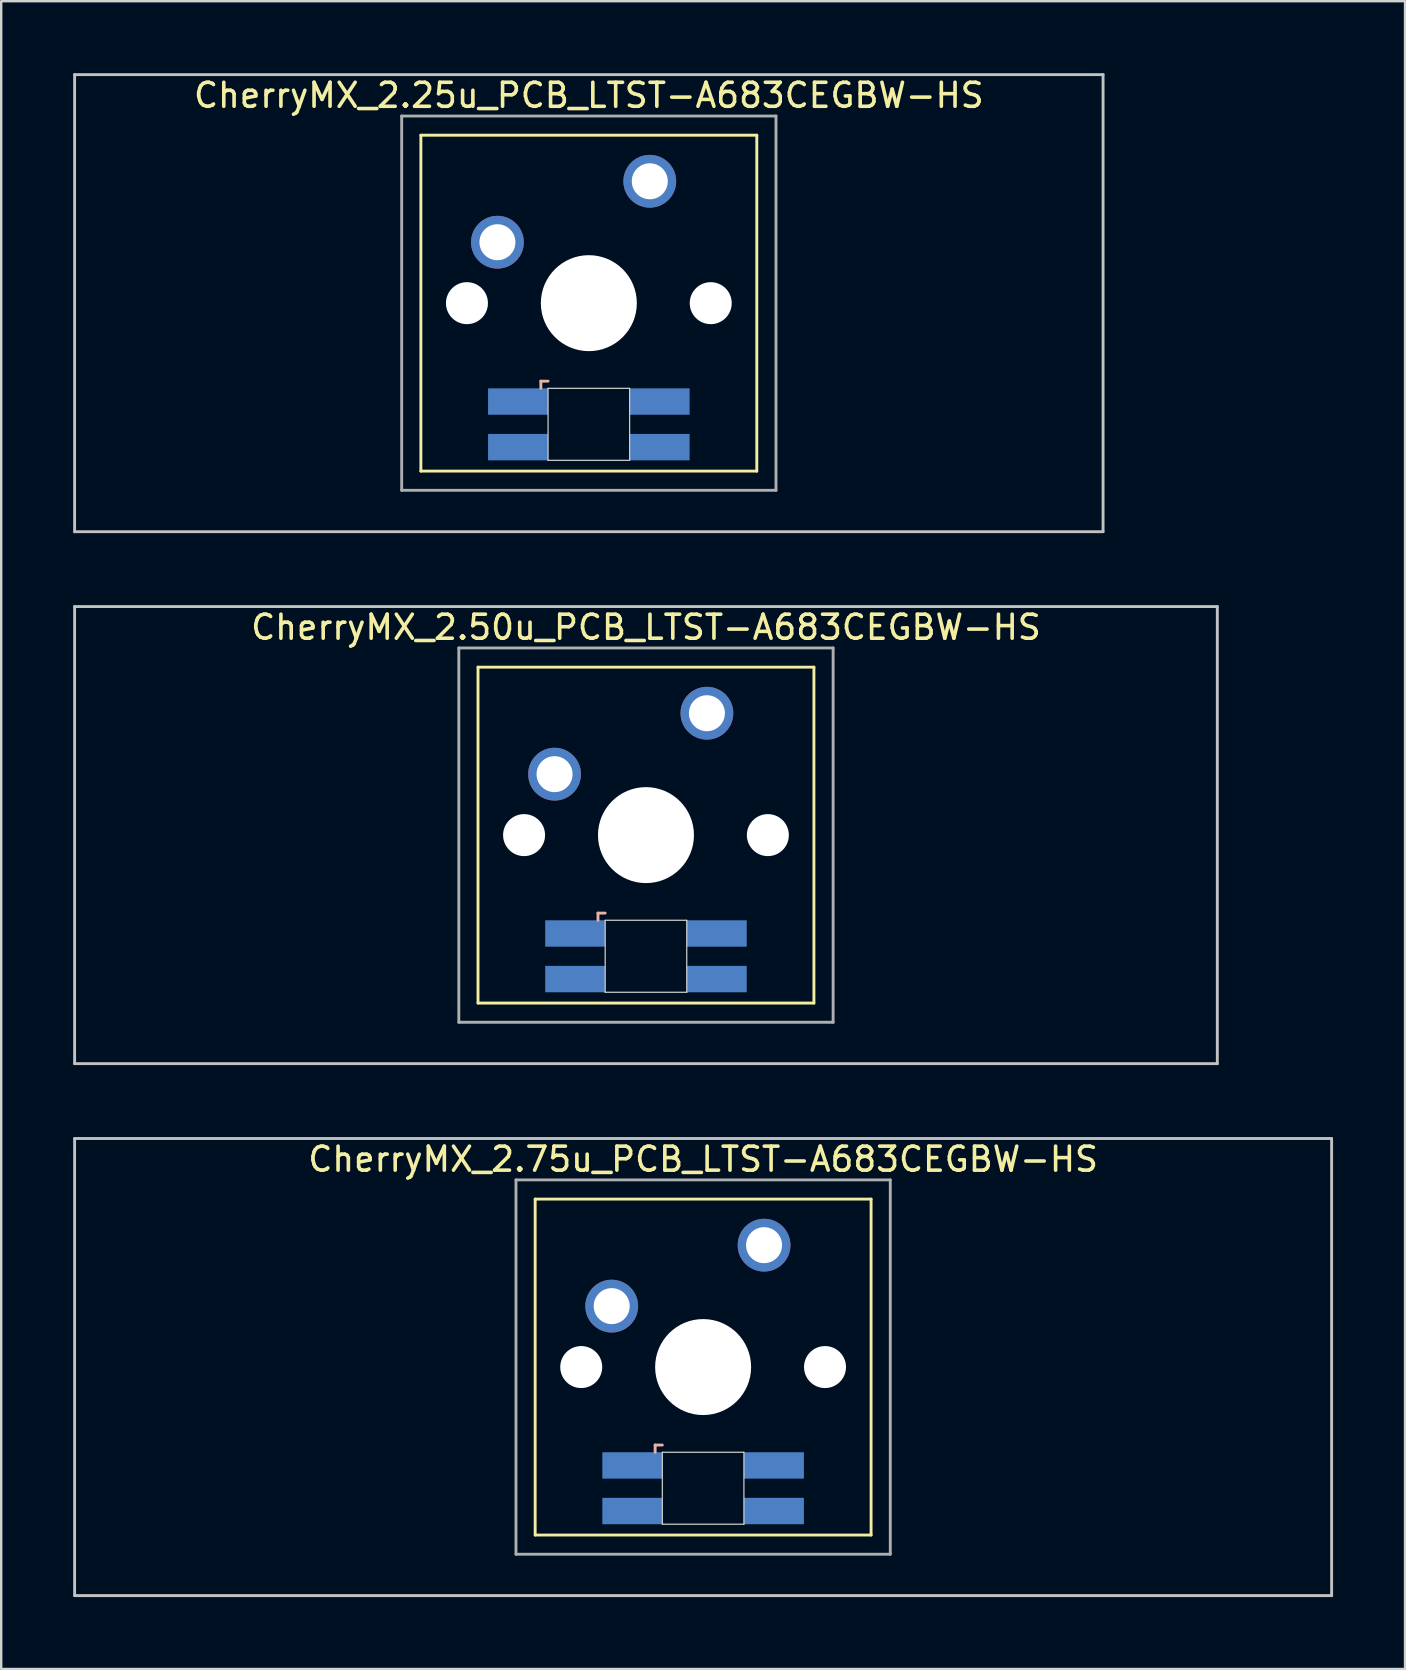
<source format=kicad_pcb>
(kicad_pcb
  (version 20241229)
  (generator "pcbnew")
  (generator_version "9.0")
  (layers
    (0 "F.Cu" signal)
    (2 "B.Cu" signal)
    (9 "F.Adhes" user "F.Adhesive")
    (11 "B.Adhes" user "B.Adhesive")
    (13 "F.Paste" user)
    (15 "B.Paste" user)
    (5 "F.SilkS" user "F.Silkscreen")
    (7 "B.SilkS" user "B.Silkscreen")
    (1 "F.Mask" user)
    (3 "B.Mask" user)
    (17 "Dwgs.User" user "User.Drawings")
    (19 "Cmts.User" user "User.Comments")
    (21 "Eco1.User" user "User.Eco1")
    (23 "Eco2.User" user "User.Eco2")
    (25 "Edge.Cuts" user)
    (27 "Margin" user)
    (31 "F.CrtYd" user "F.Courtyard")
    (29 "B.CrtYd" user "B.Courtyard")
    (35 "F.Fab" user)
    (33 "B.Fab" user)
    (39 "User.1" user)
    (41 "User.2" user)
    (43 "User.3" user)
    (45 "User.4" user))
  (footprint "CherryMX_2.50u_PCB_LTST-A683CEGBW-HS"
    (layer "F.Cu")
    (at 23.872 31.755)
    (property "Reference" "CherryMX_2.50u_PCB_LTST-A683CEGBW-HS" (at 0 -8.662 0) (layer "F.SilkS") (effects (font (size 1 1) (thickness 0.15))))
    (attr through_hole)
    (fp_line (start -7 -7) (end -7 7) (stroke (width 0.12) (type solid)) (layer "F.SilkS"))
    (fp_line (start -7 -7) (end 7 -7) (stroke (width 0.12) (type solid)) (layer "F.SilkS"))
    (fp_line (start 7 -7) (end 7 7) (stroke (width 0.12) (type solid)) (layer "F.SilkS"))
    (fp_line (start 7 7) (end -7 7) (stroke (width 0.12) (type solid)) (layer "F.SilkS"))
    (fp_line (start -2 3.25) (end -2 3.55) (stroke (width 0.12) (type solid)) (layer "B.SilkS"))
    (fp_line (start -1.7 3.25) (end -2 3.25) (stroke (width 0.12) (type solid)) (layer "B.SilkS"))
    (fp_line (start -23.812 -9.525) (end 23.812 -9.525) (stroke (width 0.12) (type solid)) (layer "Dwgs.User"))
    (fp_line (start -23.812 9.525) (end -23.812 -9.525) (stroke (width 0.12) (type solid)) (layer "Dwgs.User"))
    (fp_line (start 23.812 -9.525) (end 23.812 9.525) (stroke (width 0.12) (type solid)) (layer "Dwgs.User"))
    (fp_line (start 23.812 9.525) (end -23.812 9.525) (stroke (width 0.12) (type solid)) (layer "Dwgs.User"))
    (fp_line (start -1.7 3.55) (end 1.7 3.55) (stroke (width 0.05) (type solid)) (layer "Edge.Cuts"))
    (fp_line (start -1.7 6.55) (end -1.7 3.55) (stroke (width 0.05) (type solid)) (layer "Edge.Cuts"))
    (fp_line (start 1.7 3.55) (end 1.7 6.55) (stroke (width 0.05) (type solid)) (layer "Edge.Cuts"))
    (fp_line (start 1.7 6.55) (end -1.7 6.55) (stroke (width 0.05) (type solid)) (layer "Edge.Cuts"))
    (fp_line (start -7.8 -7.8) (end -7.8 7.8) (stroke (width 0.12) (type solid)) (layer "F.Fab"))
    (fp_line (start -7.8 -7.8) (end 7.8 -7.8) (stroke (width 0.12) (type solid)) (layer "F.Fab"))
    (fp_line (start -7.8 7.8) (end 7.8 7.8) (stroke (width 0.12) (type solid)) (layer "F.Fab"))
    (fp_line (start 7.8 -7.8) (end 7.8 7.8) (stroke (width 0.12) (type solid)) (layer "F.Fab"))
    (pad "" np_thru_hole circle (at -5.08 0) (size 1.75 1.75) (drill 1.75) (layers "*.Cu" "*.Mask"))
    (pad "" np_thru_hole circle (at 0 0) (size 4 4) (drill 4) (layers "*.Cu" "*.Mask"))
    (pad "" np_thru_hole circle (at 5.08 0) (size 1.75 1.75) (drill 1.75) (layers "*.Cu" "*.Mask"))
    (pad "1" thru_hole circle (at -3.81 -2.54) (size 2.2 2.2) (drill 1.5) (layers "*.Cu" "*.Mask"))
    (pad "2" thru_hole circle (at 2.54 -5.08) (size 2.2 2.2) (drill 1.5) (layers "*.Cu" "*.Mask"))
    (pad "3" smd rect (at -2.95 4.1) (size 2.5 1.1) (layers "B.Cu" "B.Mask" "B.Paste"))
    (pad "4" smd rect (at -2.95 6) (size 2.5 1.1) (layers "B.Cu" "B.Mask" "B.Paste"))
    (pad "5" smd rect (at 2.95 4.1) (size 2.5 1.1) (layers "B.Cu" "B.Mask" "B.Paste"))
    (pad "6" smd rect (at 2.95 6) (size 2.5 1.1) (layers "B.Cu" "B.Mask" "B.Paste")))
  (footprint "CherryMX_2.25u_PCB_LTST-A683CEGBW-HS"
    (layer "F.Cu")
    (at 21.491 9.585)
    (property "Reference" "CherryMX_2.25u_PCB_LTST-A683CEGBW-HS" (at 0 -8.662 0) (layer "F.SilkS") (effects (font (size 1 1) (thickness 0.15))))
    (attr through_hole)
    (fp_line (start -7 -7) (end -7 7) (stroke (width 0.12) (type solid)) (layer "F.SilkS"))
    (fp_line (start -7 -7) (end 7 -7) (stroke (width 0.12) (type solid)) (layer "F.SilkS"))
    (fp_line (start 7 -7) (end 7 7) (stroke (width 0.12) (type solid)) (layer "F.SilkS"))
    (fp_line (start 7 7) (end -7 7) (stroke (width 0.12) (type solid)) (layer "F.SilkS"))
    (fp_line (start -2 3.25) (end -2 3.55) (stroke (width 0.12) (type solid)) (layer "B.SilkS"))
    (fp_line (start -1.7 3.25) (end -2 3.25) (stroke (width 0.12) (type solid)) (layer "B.SilkS"))
    (fp_line (start -21.431 -9.525) (end 21.431 -9.525) (stroke (width 0.12) (type solid)) (layer "Dwgs.User"))
    (fp_line (start -21.431 9.525) (end -21.431 -9.525) (stroke (width 0.12) (type solid)) (layer "Dwgs.User"))
    (fp_line (start 21.431 -9.525) (end 21.431 9.525) (stroke (width 0.12) (type solid)) (layer "Dwgs.User"))
    (fp_line (start 21.431 9.525) (end -21.431 9.525) (stroke (width 0.12) (type solid)) (layer "Dwgs.User"))
    (fp_line (start -1.7 3.55) (end 1.7 3.55) (stroke (width 0.05) (type solid)) (layer "Edge.Cuts"))
    (fp_line (start -1.7 6.55) (end -1.7 3.55) (stroke (width 0.05) (type solid)) (layer "Edge.Cuts"))
    (fp_line (start 1.7 3.55) (end 1.7 6.55) (stroke (width 0.05) (type solid)) (layer "Edge.Cuts"))
    (fp_line (start 1.7 6.55) (end -1.7 6.55) (stroke (width 0.05) (type solid)) (layer "Edge.Cuts"))
    (fp_line (start -7.8 -7.8) (end -7.8 7.8) (stroke (width 0.12) (type solid)) (layer "F.Fab"))
    (fp_line (start -7.8 -7.8) (end 7.8 -7.8) (stroke (width 0.12) (type solid)) (layer "F.Fab"))
    (fp_line (start -7.8 7.8) (end 7.8 7.8) (stroke (width 0.12) (type solid)) (layer "F.Fab"))
    (fp_line (start 7.8 -7.8) (end 7.8 7.8) (stroke (width 0.12) (type solid)) (layer "F.Fab"))
    (pad "" np_thru_hole circle (at -5.08 0) (size 1.75 1.75) (drill 1.75) (layers "*.Cu" "*.Mask"))
    (pad "" np_thru_hole circle (at 0 0) (size 4 4) (drill 4) (layers "*.Cu" "*.Mask"))
    (pad "" np_thru_hole circle (at 5.08 0) (size 1.75 1.75) (drill 1.75) (layers "*.Cu" "*.Mask"))
    (pad "1" thru_hole circle (at -3.81 -2.54) (size 2.2 2.2) (drill 1.5) (layers "*.Cu" "*.Mask"))
    (pad "2" thru_hole circle (at 2.54 -5.08) (size 2.2 2.2) (drill 1.5) (layers "*.Cu" "*.Mask"))
    (pad "3" smd rect (at -2.95 4.1) (size 2.5 1.1) (layers "B.Cu" "B.Mask" "B.Paste"))
    (pad "4" smd rect (at -2.95 6) (size 2.5 1.1) (layers "B.Cu" "B.Mask" "B.Paste"))
    (pad "5" smd rect (at 2.95 4.1) (size 2.5 1.1) (layers "B.Cu" "B.Mask" "B.Paste"))
    (pad "6" smd rect (at 2.95 6) (size 2.5 1.1) (layers "B.Cu" "B.Mask" "B.Paste")))
  (footprint "CherryMX_2.75u_PCB_LTST-A683CEGBW-HS"
    (layer "F.Cu")
    (at 26.254 53.925)
    (property "Reference" "CherryMX_2.75u_PCB_LTST-A683CEGBW-HS" (at 0 -8.662 0) (layer "F.SilkS") (effects (font (size 1 1) (thickness 0.15))))
    (attr through_hole)
    (fp_line (start -7 -7) (end -7 7) (stroke (width 0.12) (type solid)) (layer "F.SilkS"))
    (fp_line (start -7 -7) (end 7 -7) (stroke (width 0.12) (type solid)) (layer "F.SilkS"))
    (fp_line (start 7 -7) (end 7 7) (stroke (width 0.12) (type solid)) (layer "F.SilkS"))
    (fp_line (start 7 7) (end -7 7) (stroke (width 0.12) (type solid)) (layer "F.SilkS"))
    (fp_line (start -2 3.25) (end -2 3.55) (stroke (width 0.12) (type solid)) (layer "B.SilkS"))
    (fp_line (start -1.7 3.25) (end -2 3.25) (stroke (width 0.12) (type solid)) (layer "B.SilkS"))
    (fp_line (start -26.194 -9.525) (end 26.194 -9.525) (stroke (width 0.12) (type solid)) (layer "Dwgs.User"))
    (fp_line (start -26.194 9.525) (end -26.194 -9.525) (stroke (width 0.12) (type solid)) (layer "Dwgs.User"))
    (fp_line (start 26.194 -9.525) (end 26.194 9.525) (stroke (width 0.12) (type solid)) (layer "Dwgs.User"))
    (fp_line (start 26.194 9.525) (end -26.194 9.525) (stroke (width 0.12) (type solid)) (layer "Dwgs.User"))
    (fp_line (start -1.7 3.55) (end 1.7 3.55) (stroke (width 0.05) (type solid)) (layer "Edge.Cuts"))
    (fp_line (start -1.7 6.55) (end -1.7 3.55) (stroke (width 0.05) (type solid)) (layer "Edge.Cuts"))
    (fp_line (start 1.7 3.55) (end 1.7 6.55) (stroke (width 0.05) (type solid)) (layer "Edge.Cuts"))
    (fp_line (start 1.7 6.55) (end -1.7 6.55) (stroke (width 0.05) (type solid)) (layer "Edge.Cuts"))
    (fp_line (start -7.8 -7.8) (end -7.8 7.8) (stroke (width 0.12) (type solid)) (layer "F.Fab"))
    (fp_line (start -7.8 -7.8) (end 7.8 -7.8) (stroke (width 0.12) (type solid)) (layer "F.Fab"))
    (fp_line (start -7.8 7.8) (end 7.8 7.8) (stroke (width 0.12) (type solid)) (layer "F.Fab"))
    (fp_line (start 7.8 -7.8) (end 7.8 7.8) (stroke (width 0.12) (type solid)) (layer "F.Fab"))
    (pad "" np_thru_hole circle (at -5.08 0) (size 1.75 1.75) (drill 1.75) (layers "*.Cu" "*.Mask"))
    (pad "" np_thru_hole circle (at 0 0) (size 4 4) (drill 4) (layers "*.Cu" "*.Mask"))
    (pad "" np_thru_hole circle (at 5.08 0) (size 1.75 1.75) (drill 1.75) (layers "*.Cu" "*.Mask"))
    (pad "1" thru_hole circle (at -3.81 -2.54) (size 2.2 2.2) (drill 1.5) (layers "*.Cu" "*.Mask"))
    (pad "2" thru_hole circle (at 2.54 -5.08) (size 2.2 2.2) (drill 1.5) (layers "*.Cu" "*.Mask"))
    (pad "3" smd rect (at -2.95 4.1) (size 2.5 1.1) (layers "B.Cu" "B.Mask" "B.Paste"))
    (pad "4" smd rect (at -2.95 6) (size 2.5 1.1) (layers "B.Cu" "B.Mask" "B.Paste"))
    (pad "5" smd rect (at 2.95 4.1) (size 2.5 1.1) (layers "B.Cu" "B.Mask" "B.Paste"))
    (pad "6" smd rect (at 2.95 6) (size 2.5 1.1) (layers "B.Cu" "B.Mask" "B.Paste")))
  (gr_rect
    (start -3 -3)
    (end 55.508 66.51)
    (stroke (width 0.1) (type default))
    (fill no)
    (layer "Edge.Cuts")))
</source>
